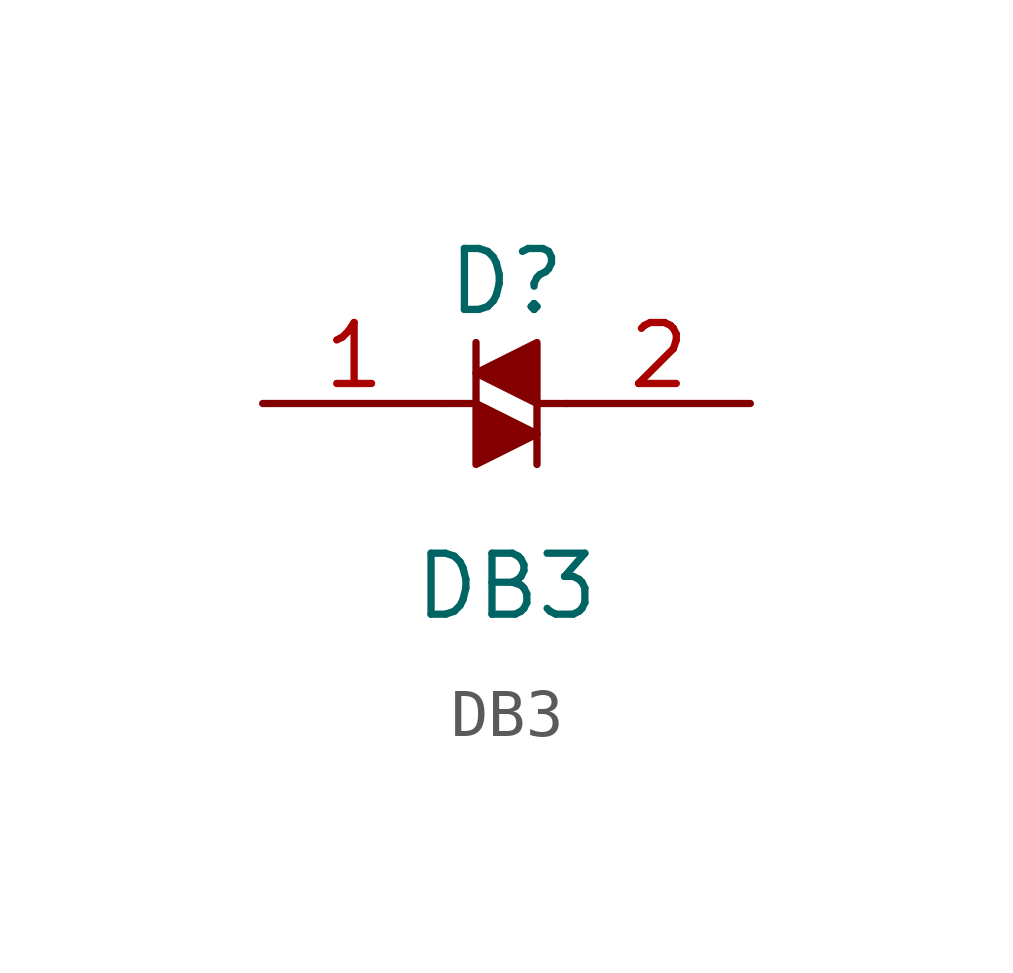
<source format=kicad_sym>
(kicad_symbol_lib
  (version 20220914)
  (generator kicad_symbol_editor)
  (symbol "DB3"
    (pin_names
      (offset 0))
    (property "Reference" "D"
      (at 0 2.54 0)
      (effects (font (size 1.27 1.27))))
    (property "Value" "DB3"
      (at 0 -3.81 0)
      (effects (font (size 1.27 1.27))))
    (symbol "DB3_0_1"
      (polyline (pts (xy -0.635 0) (xy -1.27 0)) (stroke (width 0) (type solid)) (fill (type none)))
      (polyline (pts (xy -0.635 1.27) (xy -0.635 0)) (stroke (width 0) (type solid)) (fill (type none)))
      (polyline (pts (xy 0.635 -1.27) (xy 0.635 0)) (stroke (width 0) (type solid)) (fill (type none)))
      (polyline (pts (xy 1.27 0) (xy 0.635 0)) (stroke (width 0) (type solid)) (fill (type none)))
      (polyline (pts (xy -0.635 0) (xy -0.635 -1.27) (xy 0.635 -0.635) (xy -0.635 0)) (stroke (width 0) (type solid)) (fill (type outline)))
      (polyline (pts (xy -0.635 0.635) (xy 0.635 0) (xy 0.635 1.27) (xy -0.635 0.635)) (stroke (width 0) (type solid)) (fill (type outline))))
    (symbol "DB3_1_1"
      (pin passive line (at -5.08 0 0) (length 3.81) (name "~" (effects (font (size 1.27 1.27)))) (number "1" (effects (font (size 1.27 1.27)))))
      (pin passive line (at 5.08 0 180) (length 3.81) (name "~" (effects (font (size 1.27 1.27)))) (number "2" (effects (font (size 1.27 1.27))))))))
</source>
